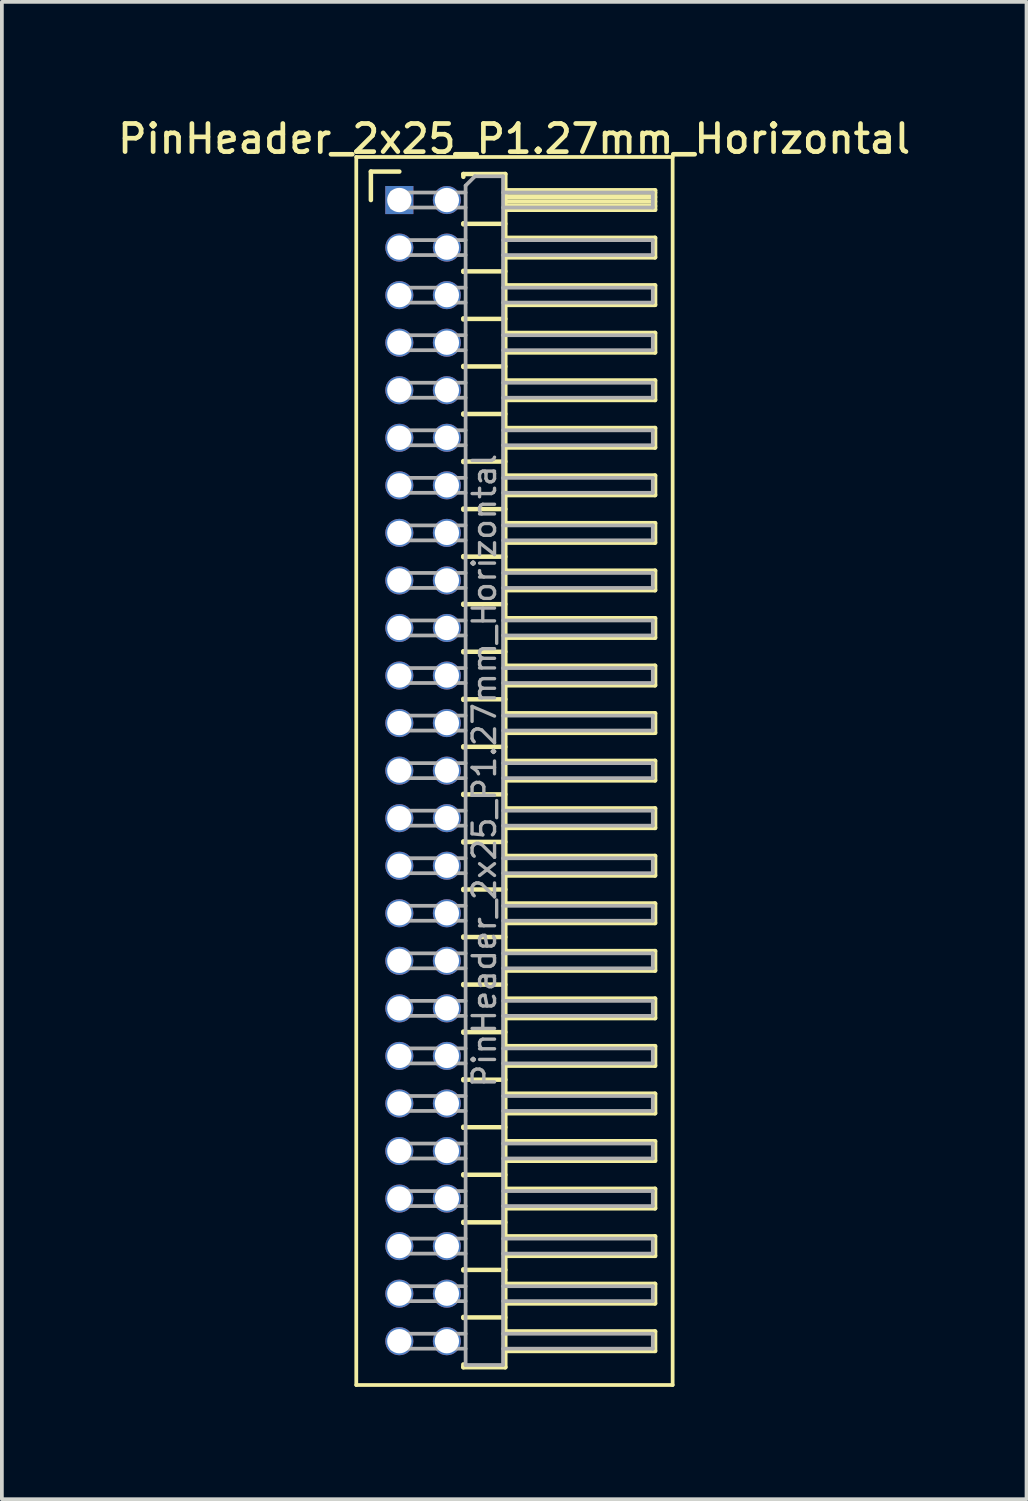
<source format=kicad_pcb>
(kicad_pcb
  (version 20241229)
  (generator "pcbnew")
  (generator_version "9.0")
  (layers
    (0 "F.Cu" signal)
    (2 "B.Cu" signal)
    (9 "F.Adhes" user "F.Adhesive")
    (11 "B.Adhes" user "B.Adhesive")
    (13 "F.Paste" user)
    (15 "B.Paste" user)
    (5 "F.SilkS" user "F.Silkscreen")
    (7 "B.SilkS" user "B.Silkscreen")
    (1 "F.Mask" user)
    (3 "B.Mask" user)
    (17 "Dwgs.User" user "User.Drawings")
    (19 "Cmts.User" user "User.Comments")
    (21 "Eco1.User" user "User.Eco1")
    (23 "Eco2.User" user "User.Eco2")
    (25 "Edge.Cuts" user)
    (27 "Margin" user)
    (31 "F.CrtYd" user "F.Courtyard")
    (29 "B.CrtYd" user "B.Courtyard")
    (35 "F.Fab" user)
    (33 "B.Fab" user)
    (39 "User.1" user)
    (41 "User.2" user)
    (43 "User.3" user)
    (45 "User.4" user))
  (footprint "PinHeader_2x25_P1.27mm_Horizontal"
    (layer "F.Cu")
    (at 7.616 2.293)
    (property "Reference" "PinHeader_2x25_P1.27mm_Horizontal" (at 3.067 -1.635 0) (layer "F.SilkS") (effects (font (size 0.75 0.75) (thickness 0.125))))
    (attr through_hole)
    (fp_line (start -1.15 -1.15) (end -1.15 31.65) (stroke (width 0.1) (type solid)) (layer "F.SilkS"))
    (fp_line (start -1.15 31.65) (end 7.3 31.65) (stroke (width 0.1) (type solid)) (layer "F.SilkS"))
    (fp_line (start -0.76 -0.76) (end 0 -0.76) (stroke (width 0.12) (type solid)) (layer "F.SilkS"))
    (fp_line (start -0.76 0) (end -0.76 -0.76) (stroke (width 0.12) (type solid)) (layer "F.SilkS"))
    (fp_line (start 1.71 -0.695) (end 2.83 -0.695) (stroke (width 0.12) (type solid)) (layer "F.SilkS"))
    (fp_line (start 1.71 -0.62) (end 1.71 -0.695) (stroke (width 0.12) (type solid)) (layer "F.SilkS"))
    (fp_line (start 1.71 0.62) (end 1.71 0.65) (stroke (width 0.12) (type solid)) (layer "F.SilkS"))
    (fp_line (start 1.71 0.635) (end 2.83 0.635) (stroke (width 0.12) (type solid)) (layer "F.SilkS"))
    (fp_line (start 1.71 1.89) (end 1.71 1.92) (stroke (width 0.12) (type solid)) (layer "F.SilkS"))
    (fp_line (start 1.71 1.905) (end 2.83 1.905) (stroke (width 0.12) (type solid)) (layer "F.SilkS"))
    (fp_line (start 1.71 3.16) (end 1.71 3.19) (stroke (width 0.12) (type solid)) (layer "F.SilkS"))
    (fp_line (start 1.71 3.175) (end 2.83 3.175) (stroke (width 0.12) (type solid)) (layer "F.SilkS"))
    (fp_line (start 1.71 4.43) (end 1.71 4.46) (stroke (width 0.12) (type solid)) (layer "F.SilkS"))
    (fp_line (start 1.71 4.445) (end 2.83 4.445) (stroke (width 0.12) (type solid)) (layer "F.SilkS"))
    (fp_line (start 1.71 5.7) (end 1.71 5.73) (stroke (width 0.12) (type solid)) (layer "F.SilkS"))
    (fp_line (start 1.71 5.715) (end 2.83 5.715) (stroke (width 0.12) (type solid)) (layer "F.SilkS"))
    (fp_line (start 1.71 6.97) (end 1.71 7) (stroke (width 0.12) (type solid)) (layer "F.SilkS"))
    (fp_line (start 1.71 6.985) (end 2.83 6.985) (stroke (width 0.12) (type solid)) (layer "F.SilkS"))
    (fp_line (start 1.71 8.24) (end 1.71 8.27) (stroke (width 0.12) (type solid)) (layer "F.SilkS"))
    (fp_line (start 1.71 8.255) (end 2.83 8.255) (stroke (width 0.12) (type solid)) (layer "F.SilkS"))
    (fp_line (start 1.71 9.51) (end 1.71 9.54) (stroke (width 0.12) (type solid)) (layer "F.SilkS"))
    (fp_line (start 1.71 9.525) (end 2.83 9.525) (stroke (width 0.12) (type solid)) (layer "F.SilkS"))
    (fp_line (start 1.71 10.78) (end 1.71 10.81) (stroke (width 0.12) (type solid)) (layer "F.SilkS"))
    (fp_line (start 1.71 10.795) (end 2.83 10.795) (stroke (width 0.12) (type solid)) (layer "F.SilkS"))
    (fp_line (start 1.71 12.05) (end 1.71 12.08) (stroke (width 0.12) (type solid)) (layer "F.SilkS"))
    (fp_line (start 1.71 12.065) (end 2.83 12.065) (stroke (width 0.12) (type solid)) (layer "F.SilkS"))
    (fp_line (start 1.71 13.32) (end 1.71 13.35) (stroke (width 0.12) (type solid)) (layer "F.SilkS"))
    (fp_line (start 1.71 13.335) (end 2.83 13.335) (stroke (width 0.12) (type solid)) (layer "F.SilkS"))
    (fp_line (start 1.71 14.59) (end 1.71 14.62) (stroke (width 0.12) (type solid)) (layer "F.SilkS"))
    (fp_line (start 1.71 14.605) (end 2.83 14.605) (stroke (width 0.12) (type solid)) (layer "F.SilkS"))
    (fp_line (start 1.71 15.86) (end 1.71 15.89) (stroke (width 0.12) (type solid)) (layer "F.SilkS"))
    (fp_line (start 1.71 15.875) (end 2.83 15.875) (stroke (width 0.12) (type solid)) (layer "F.SilkS"))
    (fp_line (start 1.71 17.13) (end 1.71 17.16) (stroke (width 0.12) (type solid)) (layer "F.SilkS"))
    (fp_line (start 1.71 17.145) (end 2.83 17.145) (stroke (width 0.12) (type solid)) (layer "F.SilkS"))
    (fp_line (start 1.71 18.4) (end 1.71 18.43) (stroke (width 0.12) (type solid)) (layer "F.SilkS"))
    (fp_line (start 1.71 18.415) (end 2.83 18.415) (stroke (width 0.12) (type solid)) (layer "F.SilkS"))
    (fp_line (start 1.71 19.67) (end 1.71 19.7) (stroke (width 0.12) (type solid)) (layer "F.SilkS"))
    (fp_line (start 1.71 19.685) (end 2.83 19.685) (stroke (width 0.12) (type solid)) (layer "F.SilkS"))
    (fp_line (start 1.71 20.94) (end 1.71 20.97) (stroke (width 0.12) (type solid)) (layer "F.SilkS"))
    (fp_line (start 1.71 20.955) (end 2.83 20.955) (stroke (width 0.12) (type solid)) (layer "F.SilkS"))
    (fp_line (start 1.71 22.21) (end 1.71 22.24) (stroke (width 0.12) (type solid)) (layer "F.SilkS"))
    (fp_line (start 1.71 22.225) (end 2.83 22.225) (stroke (width 0.12) (type solid)) (layer "F.SilkS"))
    (fp_line (start 1.71 23.48) (end 1.71 23.51) (stroke (width 0.12) (type solid)) (layer "F.SilkS"))
    (fp_line (start 1.71 23.495) (end 2.83 23.495) (stroke (width 0.12) (type solid)) (layer "F.SilkS"))
    (fp_line (start 1.71 24.75) (end 1.71 24.78) (stroke (width 0.12) (type solid)) (layer "F.SilkS"))
    (fp_line (start 1.71 24.765) (end 2.83 24.765) (stroke (width 0.12) (type solid)) (layer "F.SilkS"))
    (fp_line (start 1.71 26.02) (end 1.71 26.05) (stroke (width 0.12) (type solid)) (layer "F.SilkS"))
    (fp_line (start 1.71 26.035) (end 2.83 26.035) (stroke (width 0.12) (type solid)) (layer "F.SilkS"))
    (fp_line (start 1.71 27.29) (end 1.71 27.32) (stroke (width 0.12) (type solid)) (layer "F.SilkS"))
    (fp_line (start 1.71 27.305) (end 2.83 27.305) (stroke (width 0.12) (type solid)) (layer "F.SilkS"))
    (fp_line (start 1.71 28.56) (end 1.71 28.59) (stroke (width 0.12) (type solid)) (layer "F.SilkS"))
    (fp_line (start 1.71 28.575) (end 2.83 28.575) (stroke (width 0.12) (type solid)) (layer "F.SilkS"))
    (fp_line (start 1.71 29.83) (end 1.71 29.86) (stroke (width 0.12) (type solid)) (layer "F.SilkS"))
    (fp_line (start 1.71 29.845) (end 2.83 29.845) (stroke (width 0.12) (type solid)) (layer "F.SilkS"))
    (fp_line (start 1.71 31.175) (end 1.71 31.1) (stroke (width 0.12) (type solid)) (layer "F.SilkS"))
    (fp_line (start 2.83 -0.695) (end 2.83 31.175) (stroke (width 0.12) (type solid)) (layer "F.SilkS"))
    (fp_line (start 2.83 -0.26) (end 6.83 -0.26) (stroke (width 0.12) (type solid)) (layer "F.SilkS"))
    (fp_line (start 2.83 -0.2) (end 6.83 -0.2) (stroke (width 0.12) (type solid)) (layer "F.SilkS"))
    (fp_line (start 2.83 -0.08) (end 6.83 -0.08) (stroke (width 0.12) (type solid)) (layer "F.SilkS"))
    (fp_line (start 2.83 0.04) (end 6.83 0.04) (stroke (width 0.12) (type solid)) (layer "F.SilkS"))
    (fp_line (start 2.83 0.16) (end 6.83 0.16) (stroke (width 0.12) (type solid)) (layer "F.SilkS"))
    (fp_line (start 2.83 1.01) (end 6.83 1.01) (stroke (width 0.12) (type solid)) (layer "F.SilkS"))
    (fp_line (start 2.83 2.28) (end 6.83 2.28) (stroke (width 0.12) (type solid)) (layer "F.SilkS"))
    (fp_line (start 2.83 3.55) (end 6.83 3.55) (stroke (width 0.12) (type solid)) (layer "F.SilkS"))
    (fp_line (start 2.83 4.82) (end 6.83 4.82) (stroke (width 0.12) (type solid)) (layer "F.SilkS"))
    (fp_line (start 2.83 6.09) (end 6.83 6.09) (stroke (width 0.12) (type solid)) (layer "F.SilkS"))
    (fp_line (start 2.83 7.36) (end 6.83 7.36) (stroke (width 0.12) (type solid)) (layer "F.SilkS"))
    (fp_line (start 2.83 8.63) (end 6.83 8.63) (stroke (width 0.12) (type solid)) (layer "F.SilkS"))
    (fp_line (start 2.83 9.9) (end 6.83 9.9) (stroke (width 0.12) (type solid)) (layer "F.SilkS"))
    (fp_line (start 2.83 11.17) (end 6.83 11.17) (stroke (width 0.12) (type solid)) (layer "F.SilkS"))
    (fp_line (start 2.83 12.44) (end 6.83 12.44) (stroke (width 0.12) (type solid)) (layer "F.SilkS"))
    (fp_line (start 2.83 13.71) (end 6.83 13.71) (stroke (width 0.12) (type solid)) (layer "F.SilkS"))
    (fp_line (start 2.83 14.98) (end 6.83 14.98) (stroke (width 0.12) (type solid)) (layer "F.SilkS"))
    (fp_line (start 2.83 16.25) (end 6.83 16.25) (stroke (width 0.12) (type solid)) (layer "F.SilkS"))
    (fp_line (start 2.83 17.52) (end 6.83 17.52) (stroke (width 0.12) (type solid)) (layer "F.SilkS"))
    (fp_line (start 2.83 18.79) (end 6.83 18.79) (stroke (width 0.12) (type solid)) (layer "F.SilkS"))
    (fp_line (start 2.83 20.06) (end 6.83 20.06) (stroke (width 0.12) (type solid)) (layer "F.SilkS"))
    (fp_line (start 2.83 21.33) (end 6.83 21.33) (stroke (width 0.12) (type solid)) (layer "F.SilkS"))
    (fp_line (start 2.83 22.6) (end 6.83 22.6) (stroke (width 0.12) (type solid)) (layer "F.SilkS"))
    (fp_line (start 2.83 23.87) (end 6.83 23.87) (stroke (width 0.12) (type solid)) (layer "F.SilkS"))
    (fp_line (start 2.83 25.14) (end 6.83 25.14) (stroke (width 0.12) (type solid)) (layer "F.SilkS"))
    (fp_line (start 2.83 26.41) (end 6.83 26.41) (stroke (width 0.12) (type solid)) (layer "F.SilkS"))
    (fp_line (start 2.83 27.68) (end 6.83 27.68) (stroke (width 0.12) (type solid)) (layer "F.SilkS"))
    (fp_line (start 2.83 28.95) (end 6.83 28.95) (stroke (width 0.12) (type solid)) (layer "F.SilkS"))
    (fp_line (start 2.83 30.22) (end 6.83 30.22) (stroke (width 0.12) (type solid)) (layer "F.SilkS"))
    (fp_line (start 2.83 31.175) (end 1.71 31.175) (stroke (width 0.12) (type solid)) (layer "F.SilkS"))
    (fp_line (start 6.83 -0.26) (end 6.83 0.26) (stroke (width 0.12) (type solid)) (layer "F.SilkS"))
    (fp_line (start 6.83 0.26) (end 2.83 0.26) (stroke (width 0.12) (type solid)) (layer "F.SilkS"))
    (fp_line (start 6.83 1.01) (end 6.83 1.53) (stroke (width 0.12) (type solid)) (layer "F.SilkS"))
    (fp_line (start 6.83 1.53) (end 2.83 1.53) (stroke (width 0.12) (type solid)) (layer "F.SilkS"))
    (fp_line (start 6.83 2.28) (end 6.83 2.8) (stroke (width 0.12) (type solid)) (layer "F.SilkS"))
    (fp_line (start 6.83 2.8) (end 2.83 2.8) (stroke (width 0.12) (type solid)) (layer "F.SilkS"))
    (fp_line (start 6.83 3.55) (end 6.83 4.07) (stroke (width 0.12) (type solid)) (layer "F.SilkS"))
    (fp_line (start 6.83 4.07) (end 2.83 4.07) (stroke (width 0.12) (type solid)) (layer "F.SilkS"))
    (fp_line (start 6.83 4.82) (end 6.83 5.34) (stroke (width 0.12) (type solid)) (layer "F.SilkS"))
    (fp_line (start 6.83 5.34) (end 2.83 5.34) (stroke (width 0.12) (type solid)) (layer "F.SilkS"))
    (fp_line (start 6.83 6.09) (end 6.83 6.61) (stroke (width 0.12) (type solid)) (layer "F.SilkS"))
    (fp_line (start 6.83 6.61) (end 2.83 6.61) (stroke (width 0.12) (type solid)) (layer "F.SilkS"))
    (fp_line (start 6.83 7.36) (end 6.83 7.88) (stroke (width 0.12) (type solid)) (layer "F.SilkS"))
    (fp_line (start 6.83 7.88) (end 2.83 7.88) (stroke (width 0.12) (type solid)) (layer "F.SilkS"))
    (fp_line (start 6.83 8.63) (end 6.83 9.15) (stroke (width 0.12) (type solid)) (layer "F.SilkS"))
    (fp_line (start 6.83 9.15) (end 2.83 9.15) (stroke (width 0.12) (type solid)) (layer "F.SilkS"))
    (fp_line (start 6.83 9.9) (end 6.83 10.42) (stroke (width 0.12) (type solid)) (layer "F.SilkS"))
    (fp_line (start 6.83 10.42) (end 2.83 10.42) (stroke (width 0.12) (type solid)) (layer "F.SilkS"))
    (fp_line (start 6.83 11.17) (end 6.83 11.69) (stroke (width 0.12) (type solid)) (layer "F.SilkS"))
    (fp_line (start 6.83 11.69) (end 2.83 11.69) (stroke (width 0.12) (type solid)) (layer "F.SilkS"))
    (fp_line (start 6.83 12.44) (end 6.83 12.96) (stroke (width 0.12) (type solid)) (layer "F.SilkS"))
    (fp_line (start 6.83 12.96) (end 2.83 12.96) (stroke (width 0.12) (type solid)) (layer "F.SilkS"))
    (fp_line (start 6.83 13.71) (end 6.83 14.23) (stroke (width 0.12) (type solid)) (layer "F.SilkS"))
    (fp_line (start 6.83 14.23) (end 2.83 14.23) (stroke (width 0.12) (type solid)) (layer "F.SilkS"))
    (fp_line (start 6.83 14.98) (end 6.83 15.5) (stroke (width 0.12) (type solid)) (layer "F.SilkS"))
    (fp_line (start 6.83 15.5) (end 2.83 15.5) (stroke (width 0.12) (type solid)) (layer "F.SilkS"))
    (fp_line (start 6.83 16.25) (end 6.83 16.77) (stroke (width 0.12) (type solid)) (layer "F.SilkS"))
    (fp_line (start 6.83 16.77) (end 2.83 16.77) (stroke (width 0.12) (type solid)) (layer "F.SilkS"))
    (fp_line (start 6.83 17.52) (end 6.83 18.04) (stroke (width 0.12) (type solid)) (layer "F.SilkS"))
    (fp_line (start 6.83 18.04) (end 2.83 18.04) (stroke (width 0.12) (type solid)) (layer "F.SilkS"))
    (fp_line (start 6.83 18.79) (end 6.83 19.31) (stroke (width 0.12) (type solid)) (layer "F.SilkS"))
    (fp_line (start 6.83 19.31) (end 2.83 19.31) (stroke (width 0.12) (type solid)) (layer "F.SilkS"))
    (fp_line (start 6.83 20.06) (end 6.83 20.58) (stroke (width 0.12) (type solid)) (layer "F.SilkS"))
    (fp_line (start 6.83 20.58) (end 2.83 20.58) (stroke (width 0.12) (type solid)) (layer "F.SilkS"))
    (fp_line (start 6.83 21.33) (end 6.83 21.85) (stroke (width 0.12) (type solid)) (layer "F.SilkS"))
    (fp_line (start 6.83 21.85) (end 2.83 21.85) (stroke (width 0.12) (type solid)) (layer "F.SilkS"))
    (fp_line (start 6.83 22.6) (end 6.83 23.12) (stroke (width 0.12) (type solid)) (layer "F.SilkS"))
    (fp_line (start 6.83 23.12) (end 2.83 23.12) (stroke (width 0.12) (type solid)) (layer "F.SilkS"))
    (fp_line (start 6.83 23.87) (end 6.83 24.39) (stroke (width 0.12) (type solid)) (layer "F.SilkS"))
    (fp_line (start 6.83 24.39) (end 2.83 24.39) (stroke (width 0.12) (type solid)) (layer "F.SilkS"))
    (fp_line (start 6.83 25.14) (end 6.83 25.66) (stroke (width 0.12) (type solid)) (layer "F.SilkS"))
    (fp_line (start 6.83 25.66) (end 2.83 25.66) (stroke (width 0.12) (type solid)) (layer "F.SilkS"))
    (fp_line (start 6.83 26.41) (end 6.83 26.93) (stroke (width 0.12) (type solid)) (layer "F.SilkS"))
    (fp_line (start 6.83 26.93) (end 2.83 26.93) (stroke (width 0.12) (type solid)) (layer "F.SilkS"))
    (fp_line (start 6.83 27.68) (end 6.83 28.2) (stroke (width 0.12) (type solid)) (layer "F.SilkS"))
    (fp_line (start 6.83 28.2) (end 2.83 28.2) (stroke (width 0.12) (type solid)) (layer "F.SilkS"))
    (fp_line (start 6.83 28.95) (end 6.83 29.47) (stroke (width 0.12) (type solid)) (layer "F.SilkS"))
    (fp_line (start 6.83 29.47) (end 2.83 29.47) (stroke (width 0.12) (type solid)) (layer "F.SilkS"))
    (fp_line (start 6.83 30.22) (end 6.83 30.74) (stroke (width 0.12) (type solid)) (layer "F.SilkS"))
    (fp_line (start 6.83 30.74) (end 2.83 30.74) (stroke (width 0.12) (type solid)) (layer "F.SilkS"))
    (fp_line (start 7.3 -1.15) (end -1.15 -1.15) (stroke (width 0.1) (type solid)) (layer "F.SilkS"))
    (fp_line (start 7.3 31.65) (end 7.3 -1.15) (stroke (width 0.1) (type solid)) (layer "F.SilkS"))
    (fp_line (start -0.2 -0.2) (end -0.2 0.2) (stroke (width 0.1) (type solid)) (layer "F.Fab"))
    (fp_line (start -0.2 -0.2) (end 1.77 -0.2) (stroke (width 0.1) (type solid)) (layer "F.Fab"))
    (fp_line (start -0.2 0.2) (end 1.77 0.2) (stroke (width 0.1) (type solid)) (layer "F.Fab"))
    (fp_line (start -0.2 1.07) (end -0.2 1.47) (stroke (width 0.1) (type solid)) (layer "F.Fab"))
    (fp_line (start -0.2 1.07) (end 1.77 1.07) (stroke (width 0.1) (type solid)) (layer "F.Fab"))
    (fp_line (start -0.2 1.47) (end 1.77 1.47) (stroke (width 0.1) (type solid)) (layer "F.Fab"))
    (fp_line (start -0.2 2.34) (end -0.2 2.74) (stroke (width 0.1) (type solid)) (layer "F.Fab"))
    (fp_line (start -0.2 2.34) (end 1.77 2.34) (stroke (width 0.1) (type solid)) (layer "F.Fab"))
    (fp_line (start -0.2 2.74) (end 1.77 2.74) (stroke (width 0.1) (type solid)) (layer "F.Fab"))
    (fp_line (start -0.2 3.61) (end -0.2 4.01) (stroke (width 0.1) (type solid)) (layer "F.Fab"))
    (fp_line (start -0.2 3.61) (end 1.77 3.61) (stroke (width 0.1) (type solid)) (layer "F.Fab"))
    (fp_line (start -0.2 4.01) (end 1.77 4.01) (stroke (width 0.1) (type solid)) (layer "F.Fab"))
    (fp_line (start -0.2 4.88) (end -0.2 5.28) (stroke (width 0.1) (type solid)) (layer "F.Fab"))
    (fp_line (start -0.2 4.88) (end 1.77 4.88) (stroke (width 0.1) (type solid)) (layer "F.Fab"))
    (fp_line (start -0.2 5.28) (end 1.77 5.28) (stroke (width 0.1) (type solid)) (layer "F.Fab"))
    (fp_line (start -0.2 6.15) (end -0.2 6.55) (stroke (width 0.1) (type solid)) (layer "F.Fab"))
    (fp_line (start -0.2 6.15) (end 1.77 6.15) (stroke (width 0.1) (type solid)) (layer "F.Fab"))
    (fp_line (start -0.2 6.55) (end 1.77 6.55) (stroke (width 0.1) (type solid)) (layer "F.Fab"))
    (fp_line (start -0.2 7.42) (end -0.2 7.82) (stroke (width 0.1) (type solid)) (layer "F.Fab"))
    (fp_line (start -0.2 7.42) (end 1.77 7.42) (stroke (width 0.1) (type solid)) (layer "F.Fab"))
    (fp_line (start -0.2 7.82) (end 1.77 7.82) (stroke (width 0.1) (type solid)) (layer "F.Fab"))
    (fp_line (start -0.2 8.69) (end -0.2 9.09) (stroke (width 0.1) (type solid)) (layer "F.Fab"))
    (fp_line (start -0.2 8.69) (end 1.77 8.69) (stroke (width 0.1) (type solid)) (layer "F.Fab"))
    (fp_line (start -0.2 9.09) (end 1.77 9.09) (stroke (width 0.1) (type solid)) (layer "F.Fab"))
    (fp_line (start -0.2 9.96) (end -0.2 10.36) (stroke (width 0.1) (type solid)) (layer "F.Fab"))
    (fp_line (start -0.2 9.96) (end 1.77 9.96) (stroke (width 0.1) (type solid)) (layer "F.Fab"))
    (fp_line (start -0.2 10.36) (end 1.77 10.36) (stroke (width 0.1) (type solid)) (layer "F.Fab"))
    (fp_line (start -0.2 11.23) (end -0.2 11.63) (stroke (width 0.1) (type solid)) (layer "F.Fab"))
    (fp_line (start -0.2 11.23) (end 1.77 11.23) (stroke (width 0.1) (type solid)) (layer "F.Fab"))
    (fp_line (start -0.2 11.63) (end 1.77 11.63) (stroke (width 0.1) (type solid)) (layer "F.Fab"))
    (fp_line (start -0.2 12.5) (end -0.2 12.9) (stroke (width 0.1) (type solid)) (layer "F.Fab"))
    (fp_line (start -0.2 12.5) (end 1.77 12.5) (stroke (width 0.1) (type solid)) (layer "F.Fab"))
    (fp_line (start -0.2 12.9) (end 1.77 12.9) (stroke (width 0.1) (type solid)) (layer "F.Fab"))
    (fp_line (start -0.2 13.77) (end -0.2 14.17) (stroke (width 0.1) (type solid)) (layer "F.Fab"))
    (fp_line (start -0.2 13.77) (end 1.77 13.77) (stroke (width 0.1) (type solid)) (layer "F.Fab"))
    (fp_line (start -0.2 14.17) (end 1.77 14.17) (stroke (width 0.1) (type solid)) (layer "F.Fab"))
    (fp_line (start -0.2 15.04) (end -0.2 15.44) (stroke (width 0.1) (type solid)) (layer "F.Fab"))
    (fp_line (start -0.2 15.04) (end 1.77 15.04) (stroke (width 0.1) (type solid)) (layer "F.Fab"))
    (fp_line (start -0.2 15.44) (end 1.77 15.44) (stroke (width 0.1) (type solid)) (layer "F.Fab"))
    (fp_line (start -0.2 16.31) (end -0.2 16.71) (stroke (width 0.1) (type solid)) (layer "F.Fab"))
    (fp_line (start -0.2 16.31) (end 1.77 16.31) (stroke (width 0.1) (type solid)) (layer "F.Fab"))
    (fp_line (start -0.2 16.71) (end 1.77 16.71) (stroke (width 0.1) (type solid)) (layer "F.Fab"))
    (fp_line (start -0.2 17.58) (end -0.2 17.98) (stroke (width 0.1) (type solid)) (layer "F.Fab"))
    (fp_line (start -0.2 17.58) (end 1.77 17.58) (stroke (width 0.1) (type solid)) (layer "F.Fab"))
    (fp_line (start -0.2 17.98) (end 1.77 17.98) (stroke (width 0.1) (type solid)) (layer "F.Fab"))
    (fp_line (start -0.2 18.85) (end -0.2 19.25) (stroke (width 0.1) (type solid)) (layer "F.Fab"))
    (fp_line (start -0.2 18.85) (end 1.77 18.85) (stroke (width 0.1) (type solid)) (layer "F.Fab"))
    (fp_line (start -0.2 19.25) (end 1.77 19.25) (stroke (width 0.1) (type solid)) (layer "F.Fab"))
    (fp_line (start -0.2 20.12) (end -0.2 20.52) (stroke (width 0.1) (type solid)) (layer "F.Fab"))
    (fp_line (start -0.2 20.12) (end 1.77 20.12) (stroke (width 0.1) (type solid)) (layer "F.Fab"))
    (fp_line (start -0.2 20.52) (end 1.77 20.52) (stroke (width 0.1) (type solid)) (layer "F.Fab"))
    (fp_line (start -0.2 21.39) (end -0.2 21.79) (stroke (width 0.1) (type solid)) (layer "F.Fab"))
    (fp_line (start -0.2 21.39) (end 1.77 21.39) (stroke (width 0.1) (type solid)) (layer "F.Fab"))
    (fp_line (start -0.2 21.79) (end 1.77 21.79) (stroke (width 0.1) (type solid)) (layer "F.Fab"))
    (fp_line (start -0.2 22.66) (end -0.2 23.06) (stroke (width 0.1) (type solid)) (layer "F.Fab"))
    (fp_line (start -0.2 22.66) (end 1.77 22.66) (stroke (width 0.1) (type solid)) (layer "F.Fab"))
    (fp_line (start -0.2 23.06) (end 1.77 23.06) (stroke (width 0.1) (type solid)) (layer "F.Fab"))
    (fp_line (start -0.2 23.93) (end -0.2 24.33) (stroke (width 0.1) (type solid)) (layer "F.Fab"))
    (fp_line (start -0.2 23.93) (end 1.77 23.93) (stroke (width 0.1) (type solid)) (layer "F.Fab"))
    (fp_line (start -0.2 24.33) (end 1.77 24.33) (stroke (width 0.1) (type solid)) (layer "F.Fab"))
    (fp_line (start -0.2 25.2) (end -0.2 25.6) (stroke (width 0.1) (type solid)) (layer "F.Fab"))
    (fp_line (start -0.2 25.2) (end 1.77 25.2) (stroke (width 0.1) (type solid)) (layer "F.Fab"))
    (fp_line (start -0.2 25.6) (end 1.77 25.6) (stroke (width 0.1) (type solid)) (layer "F.Fab"))
    (fp_line (start -0.2 26.47) (end -0.2 26.87) (stroke (width 0.1) (type solid)) (layer "F.Fab"))
    (fp_line (start -0.2 26.47) (end 1.77 26.47) (stroke (width 0.1) (type solid)) (layer "F.Fab"))
    (fp_line (start -0.2 26.87) (end 1.77 26.87) (stroke (width 0.1) (type solid)) (layer "F.Fab"))
    (fp_line (start -0.2 27.74) (end -0.2 28.14) (stroke (width 0.1) (type solid)) (layer "F.Fab"))
    (fp_line (start -0.2 27.74) (end 1.77 27.74) (stroke (width 0.1) (type solid)) (layer "F.Fab"))
    (fp_line (start -0.2 28.14) (end 1.77 28.14) (stroke (width 0.1) (type solid)) (layer "F.Fab"))
    (fp_line (start -0.2 29.01) (end -0.2 29.41) (stroke (width 0.1) (type solid)) (layer "F.Fab"))
    (fp_line (start -0.2 29.01) (end 1.77 29.01) (stroke (width 0.1) (type solid)) (layer "F.Fab"))
    (fp_line (start -0.2 29.41) (end 1.77 29.41) (stroke (width 0.1) (type solid)) (layer "F.Fab"))
    (fp_line (start -0.2 30.28) (end -0.2 30.68) (stroke (width 0.1) (type solid)) (layer "F.Fab"))
    (fp_line (start -0.2 30.28) (end 1.77 30.28) (stroke (width 0.1) (type solid)) (layer "F.Fab"))
    (fp_line (start -0.2 30.68) (end 1.77 30.68) (stroke (width 0.1) (type solid)) (layer "F.Fab"))
    (fp_line (start 1.77 -0.385) (end 2.02 -0.635) (stroke (width 0.1) (type solid)) (layer "F.Fab"))
    (fp_line (start 1.77 31.115) (end 1.77 -0.385) (stroke (width 0.1) (type solid)) (layer "F.Fab"))
    (fp_line (start 2.02 -0.635) (end 2.77 -0.635) (stroke (width 0.1) (type solid)) (layer "F.Fab"))
    (fp_line (start 2.77 -0.635) (end 2.77 31.115) (stroke (width 0.1) (type solid)) (layer "F.Fab"))
    (fp_line (start 2.77 -0.2) (end 6.77 -0.2) (stroke (width 0.1) (type solid)) (layer "F.Fab"))
    (fp_line (start 2.77 0.2) (end 6.77 0.2) (stroke (width 0.1) (type solid)) (layer "F.Fab"))
    (fp_line (start 2.77 1.07) (end 6.77 1.07) (stroke (width 0.1) (type solid)) (layer "F.Fab"))
    (fp_line (start 2.77 1.47) (end 6.77 1.47) (stroke (width 0.1) (type solid)) (layer "F.Fab"))
    (fp_line (start 2.77 2.34) (end 6.77 2.34) (stroke (width 0.1) (type solid)) (layer "F.Fab"))
    (fp_line (start 2.77 2.74) (end 6.77 2.74) (stroke (width 0.1) (type solid)) (layer "F.Fab"))
    (fp_line (start 2.77 3.61) (end 6.77 3.61) (stroke (width 0.1) (type solid)) (layer "F.Fab"))
    (fp_line (start 2.77 4.01) (end 6.77 4.01) (stroke (width 0.1) (type solid)) (layer "F.Fab"))
    (fp_line (start 2.77 4.88) (end 6.77 4.88) (stroke (width 0.1) (type solid)) (layer "F.Fab"))
    (fp_line (start 2.77 5.28) (end 6.77 5.28) (stroke (width 0.1) (type solid)) (layer "F.Fab"))
    (fp_line (start 2.77 6.15) (end 6.77 6.15) (stroke (width 0.1) (type solid)) (layer "F.Fab"))
    (fp_line (start 2.77 6.55) (end 6.77 6.55) (stroke (width 0.1) (type solid)) (layer "F.Fab"))
    (fp_line (start 2.77 7.42) (end 6.77 7.42) (stroke (width 0.1) (type solid)) (layer "F.Fab"))
    (fp_line (start 2.77 7.82) (end 6.77 7.82) (stroke (width 0.1) (type solid)) (layer "F.Fab"))
    (fp_line (start 2.77 8.69) (end 6.77 8.69) (stroke (width 0.1) (type solid)) (layer "F.Fab"))
    (fp_line (start 2.77 9.09) (end 6.77 9.09) (stroke (width 0.1) (type solid)) (layer "F.Fab"))
    (fp_line (start 2.77 9.96) (end 6.77 9.96) (stroke (width 0.1) (type solid)) (layer "F.Fab"))
    (fp_line (start 2.77 10.36) (end 6.77 10.36) (stroke (width 0.1) (type solid)) (layer "F.Fab"))
    (fp_line (start 2.77 11.23) (end 6.77 11.23) (stroke (width 0.1) (type solid)) (layer "F.Fab"))
    (fp_line (start 2.77 11.63) (end 6.77 11.63) (stroke (width 0.1) (type solid)) (layer "F.Fab"))
    (fp_line (start 2.77 12.5) (end 6.77 12.5) (stroke (width 0.1) (type solid)) (layer "F.Fab"))
    (fp_line (start 2.77 12.9) (end 6.77 12.9) (stroke (width 0.1) (type solid)) (layer "F.Fab"))
    (fp_line (start 2.77 13.77) (end 6.77 13.77) (stroke (width 0.1) (type solid)) (layer "F.Fab"))
    (fp_line (start 2.77 14.17) (end 6.77 14.17) (stroke (width 0.1) (type solid)) (layer "F.Fab"))
    (fp_line (start 2.77 15.04) (end 6.77 15.04) (stroke (width 0.1) (type solid)) (layer "F.Fab"))
    (fp_line (start 2.77 15.44) (end 6.77 15.44) (stroke (width 0.1) (type solid)) (layer "F.Fab"))
    (fp_line (start 2.77 16.31) (end 6.77 16.31) (stroke (width 0.1) (type solid)) (layer "F.Fab"))
    (fp_line (start 2.77 16.71) (end 6.77 16.71) (stroke (width 0.1) (type solid)) (layer "F.Fab"))
    (fp_line (start 2.77 17.58) (end 6.77 17.58) (stroke (width 0.1) (type solid)) (layer "F.Fab"))
    (fp_line (start 2.77 17.98) (end 6.77 17.98) (stroke (width 0.1) (type solid)) (layer "F.Fab"))
    (fp_line (start 2.77 18.85) (end 6.77 18.85) (stroke (width 0.1) (type solid)) (layer "F.Fab"))
    (fp_line (start 2.77 19.25) (end 6.77 19.25) (stroke (width 0.1) (type solid)) (layer "F.Fab"))
    (fp_line (start 2.77 20.12) (end 6.77 20.12) (stroke (width 0.1) (type solid)) (layer "F.Fab"))
    (fp_line (start 2.77 20.52) (end 6.77 20.52) (stroke (width 0.1) (type solid)) (layer "F.Fab"))
    (fp_line (start 2.77 21.39) (end 6.77 21.39) (stroke (width 0.1) (type solid)) (layer "F.Fab"))
    (fp_line (start 2.77 21.79) (end 6.77 21.79) (stroke (width 0.1) (type solid)) (layer "F.Fab"))
    (fp_line (start 2.77 22.66) (end 6.77 22.66) (stroke (width 0.1) (type solid)) (layer "F.Fab"))
    (fp_line (start 2.77 23.06) (end 6.77 23.06) (stroke (width 0.1) (type solid)) (layer "F.Fab"))
    (fp_line (start 2.77 23.93) (end 6.77 23.93) (stroke (width 0.1) (type solid)) (layer "F.Fab"))
    (fp_line (start 2.77 24.33) (end 6.77 24.33) (stroke (width 0.1) (type solid)) (layer "F.Fab"))
    (fp_line (start 2.77 25.2) (end 6.77 25.2) (stroke (width 0.1) (type solid)) (layer "F.Fab"))
    (fp_line (start 2.77 25.6) (end 6.77 25.6) (stroke (width 0.1) (type solid)) (layer "F.Fab"))
    (fp_line (start 2.77 26.47) (end 6.77 26.47) (stroke (width 0.1) (type solid)) (layer "F.Fab"))
    (fp_line (start 2.77 26.87) (end 6.77 26.87) (stroke (width 0.1) (type solid)) (layer "F.Fab"))
    (fp_line (start 2.77 27.74) (end 6.77 27.74) (stroke (width 0.1) (type solid)) (layer "F.Fab"))
    (fp_line (start 2.77 28.14) (end 6.77 28.14) (stroke (width 0.1) (type solid)) (layer "F.Fab"))
    (fp_line (start 2.77 29.01) (end 6.77 29.01) (stroke (width 0.1) (type solid)) (layer "F.Fab"))
    (fp_line (start 2.77 29.41) (end 6.77 29.41) (stroke (width 0.1) (type solid)) (layer "F.Fab"))
    (fp_line (start 2.77 30.28) (end 6.77 30.28) (stroke (width 0.1) (type solid)) (layer "F.Fab"))
    (fp_line (start 2.77 30.68) (end 6.77 30.68) (stroke (width 0.1) (type solid)) (layer "F.Fab"))
    (fp_line (start 2.77 31.115) (end 1.77 31.115) (stroke (width 0.1) (type solid)) (layer "F.Fab"))
    (fp_line (start 6.77 -0.2) (end 6.77 0.2) (stroke (width 0.1) (type solid)) (layer "F.Fab"))
    (fp_line (start 6.77 1.07) (end 6.77 1.47) (stroke (width 0.1) (type solid)) (layer "F.Fab"))
    (fp_line (start 6.77 2.34) (end 6.77 2.74) (stroke (width 0.1) (type solid)) (layer "F.Fab"))
    (fp_line (start 6.77 3.61) (end 6.77 4.01) (stroke (width 0.1) (type solid)) (layer "F.Fab"))
    (fp_line (start 6.77 4.88) (end 6.77 5.28) (stroke (width 0.1) (type solid)) (layer "F.Fab"))
    (fp_line (start 6.77 6.15) (end 6.77 6.55) (stroke (width 0.1) (type solid)) (layer "F.Fab"))
    (fp_line (start 6.77 7.42) (end 6.77 7.82) (stroke (width 0.1) (type solid)) (layer "F.Fab"))
    (fp_line (start 6.77 8.69) (end 6.77 9.09) (stroke (width 0.1) (type solid)) (layer "F.Fab"))
    (fp_line (start 6.77 9.96) (end 6.77 10.36) (stroke (width 0.1) (type solid)) (layer "F.Fab"))
    (fp_line (start 6.77 11.23) (end 6.77 11.63) (stroke (width 0.1) (type solid)) (layer "F.Fab"))
    (fp_line (start 6.77 12.5) (end 6.77 12.9) (stroke (width 0.1) (type solid)) (layer "F.Fab"))
    (fp_line (start 6.77 13.77) (end 6.77 14.17) (stroke (width 0.1) (type solid)) (layer "F.Fab"))
    (fp_line (start 6.77 15.04) (end 6.77 15.44) (stroke (width 0.1) (type solid)) (layer "F.Fab"))
    (fp_line (start 6.77 16.31) (end 6.77 16.71) (stroke (width 0.1) (type solid)) (layer "F.Fab"))
    (fp_line (start 6.77 17.58) (end 6.77 17.98) (stroke (width 0.1) (type solid)) (layer "F.Fab"))
    (fp_line (start 6.77 18.85) (end 6.77 19.25) (stroke (width 0.1) (type solid)) (layer "F.Fab"))
    (fp_line (start 6.77 20.12) (end 6.77 20.52) (stroke (width 0.1) (type solid)) (layer "F.Fab"))
    (fp_line (start 6.77 21.39) (end 6.77 21.79) (stroke (width 0.1) (type solid)) (layer "F.Fab"))
    (fp_line (start 6.77 22.66) (end 6.77 23.06) (stroke (width 0.1) (type solid)) (layer "F.Fab"))
    (fp_line (start 6.77 23.93) (end 6.77 24.33) (stroke (width 0.1) (type solid)) (layer "F.Fab"))
    (fp_line (start 6.77 25.2) (end 6.77 25.6) (stroke (width 0.1) (type solid)) (layer "F.Fab"))
    (fp_line (start 6.77 26.47) (end 6.77 26.87) (stroke (width 0.1) (type solid)) (layer "F.Fab"))
    (fp_line (start 6.77 27.74) (end 6.77 28.14) (stroke (width 0.1) (type solid)) (layer "F.Fab"))
    (fp_line (start 6.77 29.01) (end 6.77 29.41) (stroke (width 0.1) (type solid)) (layer "F.Fab"))
    (fp_line (start 6.77 30.28) (end 6.77 30.68) (stroke (width 0.1) (type solid)) (layer "F.Fab"))
    (fp_text user "${REFERENCE}" (at 2.27 15.24 90) (layer "F.Fab") (effects (font (size 0.6 0.6) (thickness 0.09))))
    (pad "1" thru_hole rect (at 0 0) (size 0.75 0.75) (drill 0.65) (layers "*.Cu" "*.Mask"))
    (pad "2" thru_hole oval (at 1.27 0) (size 0.75 0.75) (drill 0.65) (layers "*.Cu" "*.Mask"))
    (pad "3" thru_hole oval (at 0 1.27) (size 0.75 0.75) (drill 0.65) (layers "*.Cu" "*.Mask"))
    (pad "4" thru_hole oval (at 1.27 1.27) (size 0.75 0.75) (drill 0.65) (layers "*.Cu" "*.Mask"))
    (pad "5" thru_hole oval (at 0 2.54) (size 0.75 0.75) (drill 0.65) (layers "*.Cu" "*.Mask"))
    (pad "6" thru_hole oval (at 1.27 2.54) (size 0.75 0.75) (drill 0.65) (layers "*.Cu" "*.Mask"))
    (pad "7" thru_hole oval (at 0 3.81) (size 0.75 0.75) (drill 0.65) (layers "*.Cu" "*.Mask"))
    (pad "8" thru_hole oval (at 1.27 3.81) (size 0.75 0.75) (drill 0.65) (layers "*.Cu" "*.Mask"))
    (pad "9" thru_hole oval (at 0 5.08) (size 0.75 0.75) (drill 0.65) (layers "*.Cu" "*.Mask"))
    (pad "10" thru_hole oval (at 1.27 5.08) (size 0.75 0.75) (drill 0.65) (layers "*.Cu" "*.Mask"))
    (pad "11" thru_hole oval (at 0 6.35) (size 0.75 0.75) (drill 0.65) (layers "*.Cu" "*.Mask"))
    (pad "12" thru_hole oval (at 1.27 6.35) (size 0.75 0.75) (drill 0.65) (layers "*.Cu" "*.Mask"))
    (pad "13" thru_hole oval (at 0 7.62) (size 0.75 0.75) (drill 0.65) (layers "*.Cu" "*.Mask"))
    (pad "14" thru_hole oval (at 1.27 7.62) (size 0.75 0.75) (drill 0.65) (layers "*.Cu" "*.Mask"))
    (pad "15" thru_hole oval (at 0 8.89) (size 0.75 0.75) (drill 0.65) (layers "*.Cu" "*.Mask"))
    (pad "16" thru_hole oval (at 1.27 8.89) (size 0.75 0.75) (drill 0.65) (layers "*.Cu" "*.Mask"))
    (pad "17" thru_hole oval (at 0 10.16) (size 0.75 0.75) (drill 0.65) (layers "*.Cu" "*.Mask"))
    (pad "18" thru_hole oval (at 1.27 10.16) (size 0.75 0.75) (drill 0.65) (layers "*.Cu" "*.Mask"))
    (pad "19" thru_hole oval (at 0 11.43) (size 0.75 0.75) (drill 0.65) (layers "*.Cu" "*.Mask"))
    (pad "20" thru_hole oval (at 1.27 11.43) (size 0.75 0.75) (drill 0.65) (layers "*.Cu" "*.Mask"))
    (pad "21" thru_hole oval (at 0 12.7) (size 0.75 0.75) (drill 0.65) (layers "*.Cu" "*.Mask"))
    (pad "22" thru_hole oval (at 1.27 12.7) (size 0.75 0.75) (drill 0.65) (layers "*.Cu" "*.Mask"))
    (pad "23" thru_hole oval (at 0 13.97) (size 0.75 0.75) (drill 0.65) (layers "*.Cu" "*.Mask"))
    (pad "24" thru_hole oval (at 1.27 13.97) (size 0.75 0.75) (drill 0.65) (layers "*.Cu" "*.Mask"))
    (pad "25" thru_hole oval (at 0 15.24) (size 0.75 0.75) (drill 0.65) (layers "*.Cu" "*.Mask"))
    (pad "26" thru_hole oval (at 1.27 15.24) (size 0.75 0.75) (drill 0.65) (layers "*.Cu" "*.Mask"))
    (pad "27" thru_hole oval (at 0 16.51) (size 0.75 0.75) (drill 0.65) (layers "*.Cu" "*.Mask"))
    (pad "28" thru_hole oval (at 1.27 16.51) (size 0.75 0.75) (drill 0.65) (layers "*.Cu" "*.Mask"))
    (pad "29" thru_hole oval (at 0 17.78) (size 0.75 0.75) (drill 0.65) (layers "*.Cu" "*.Mask"))
    (pad "30" thru_hole oval (at 1.27 17.78) (size 0.75 0.75) (drill 0.65) (layers "*.Cu" "*.Mask"))
    (pad "31" thru_hole oval (at 0 19.05) (size 0.75 0.75) (drill 0.65) (layers "*.Cu" "*.Mask"))
    (pad "32" thru_hole oval (at 1.27 19.05) (size 0.75 0.75) (drill 0.65) (layers "*.Cu" "*.Mask"))
    (pad "33" thru_hole oval (at 0 20.32) (size 0.75 0.75) (drill 0.65) (layers "*.Cu" "*.Mask"))
    (pad "34" thru_hole oval (at 1.27 20.32) (size 0.75 0.75) (drill 0.65) (layers "*.Cu" "*.Mask"))
    (pad "35" thru_hole oval (at 0 21.59) (size 0.75 0.75) (drill 0.65) (layers "*.Cu" "*.Mask"))
    (pad "36" thru_hole oval (at 1.27 21.59) (size 0.75 0.75) (drill 0.65) (layers "*.Cu" "*.Mask"))
    (pad "37" thru_hole oval (at 0 22.86) (size 0.75 0.75) (drill 0.65) (layers "*.Cu" "*.Mask"))
    (pad "38" thru_hole oval (at 1.27 22.86) (size 0.75 0.75) (drill 0.65) (layers "*.Cu" "*.Mask"))
    (pad "39" thru_hole oval (at 0 24.13) (size 0.75 0.75) (drill 0.65) (layers "*.Cu" "*.Mask"))
    (pad "40" thru_hole oval (at 1.27 24.13) (size 0.75 0.75) (drill 0.65) (layers "*.Cu" "*.Mask"))
    (pad "41" thru_hole oval (at 0 25.4) (size 0.75 0.75) (drill 0.65) (layers "*.Cu" "*.Mask"))
    (pad "42" thru_hole oval (at 1.27 25.4) (size 0.75 0.75) (drill 0.65) (layers "*.Cu" "*.Mask"))
    (pad "43" thru_hole oval (at 0 26.67) (size 0.75 0.75) (drill 0.65) (layers "*.Cu" "*.Mask"))
    (pad "44" thru_hole oval (at 1.27 26.67) (size 0.75 0.75) (drill 0.65) (layers "*.Cu" "*.Mask"))
    (pad "45" thru_hole oval (at 0 27.94) (size 0.75 0.75) (drill 0.65) (layers "*.Cu" "*.Mask"))
    (pad "46" thru_hole oval (at 1.27 27.94) (size 0.75 0.75) (drill 0.65) (layers "*.Cu" "*.Mask"))
    (pad "47" thru_hole oval (at 0 29.21) (size 0.75 0.75) (drill 0.65) (layers "*.Cu" "*.Mask"))
    (pad "48" thru_hole oval (at 1.27 29.21) (size 0.75 0.75) (drill 0.65) (layers "*.Cu" "*.Mask"))
    (pad "49" thru_hole oval (at 0 30.48) (size 0.75 0.75) (drill 0.65) (layers "*.Cu" "*.Mask"))
    (pad "50" thru_hole oval (at 1.27 30.48) (size 0.75 0.75) (drill 0.65) (layers "*.Cu" "*.Mask")))
  (gr_rect
    (start -3 -3)
    (end 24.368 36.993)
    (stroke (width 0.1) (type default))
    (fill no)
    (layer "Edge.Cuts")))
</source>
